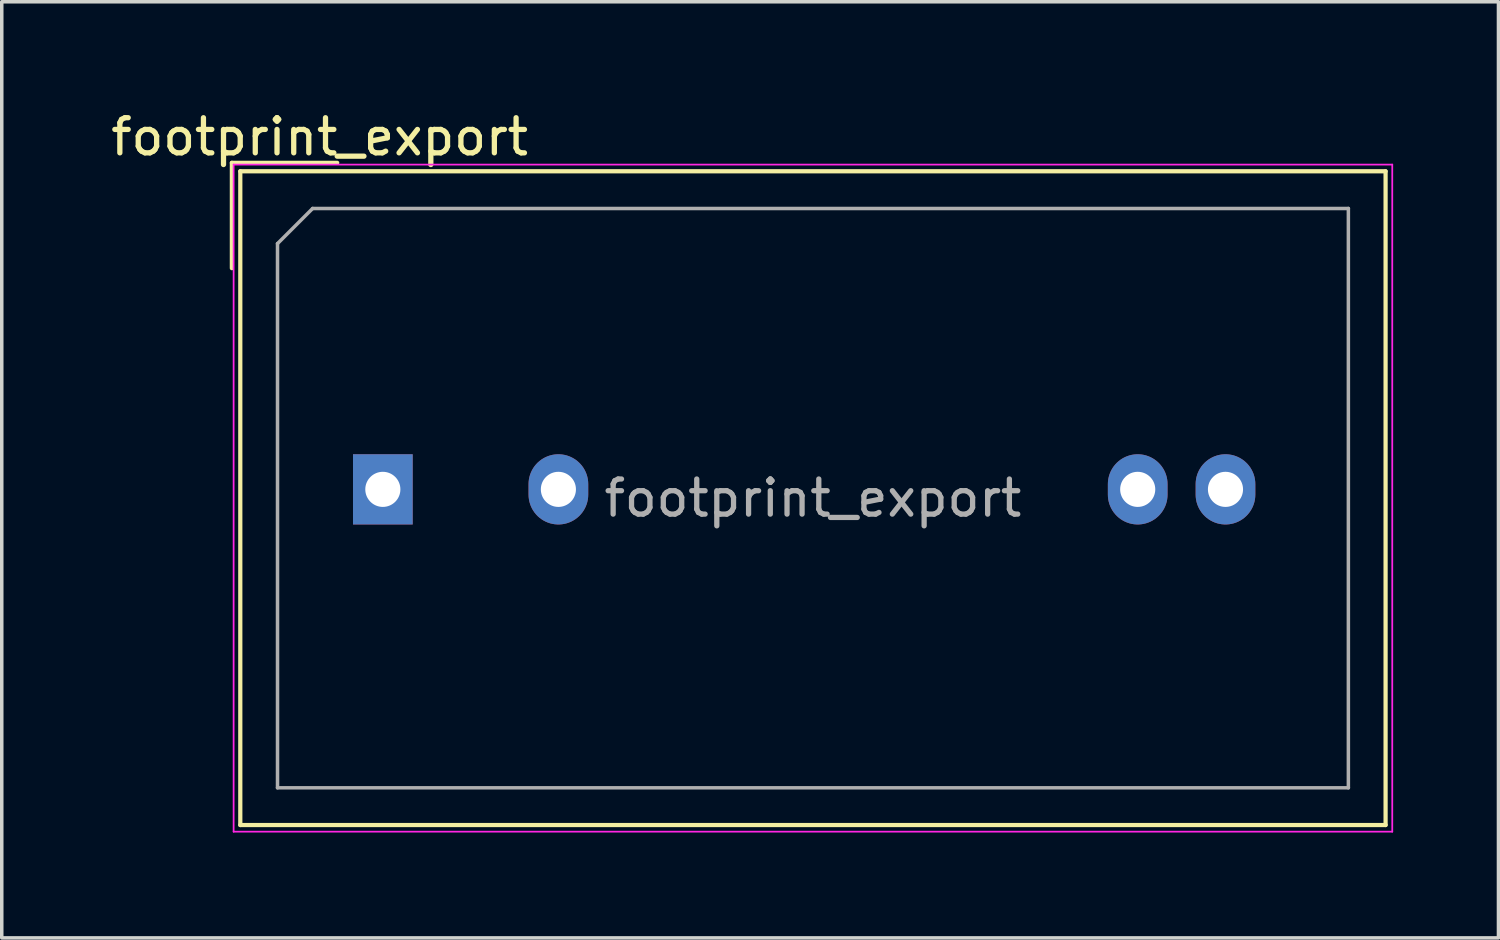
<source format=kicad_pcb>
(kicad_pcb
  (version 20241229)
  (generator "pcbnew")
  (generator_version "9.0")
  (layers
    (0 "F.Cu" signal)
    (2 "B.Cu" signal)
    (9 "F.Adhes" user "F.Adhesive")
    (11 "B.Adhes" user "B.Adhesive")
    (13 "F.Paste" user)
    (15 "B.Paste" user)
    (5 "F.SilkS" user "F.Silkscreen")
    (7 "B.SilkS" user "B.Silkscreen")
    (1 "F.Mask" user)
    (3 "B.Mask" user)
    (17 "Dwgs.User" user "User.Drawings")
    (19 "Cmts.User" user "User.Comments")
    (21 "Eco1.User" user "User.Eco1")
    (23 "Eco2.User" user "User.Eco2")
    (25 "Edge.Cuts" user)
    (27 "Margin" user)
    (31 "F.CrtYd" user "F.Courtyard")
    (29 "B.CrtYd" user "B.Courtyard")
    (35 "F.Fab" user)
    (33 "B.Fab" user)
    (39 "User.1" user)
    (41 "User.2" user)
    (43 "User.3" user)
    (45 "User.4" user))
  (footprint "footprint_export"
    (layer "F.Cu")
    (at 7.854 10.888)
    (property "Reference" "footprint_export" (at -1.8 -10.04 0) (layer "F.SilkS") (effects (font (size 1 1) (thickness 0.15))))
    (attr through_hole)
    (fp_line (start -4.3 -9.3) (end -1.3 -9.3) (stroke (width 0.12) (type solid)) (layer "F.SilkS"))
    (fp_line (start -4.3 -6.3) (end -4.3 -9.3) (stroke (width 0.12) (type solid)) (layer "F.SilkS"))
    (fp_line (start -4.06 -9.06) (end -4.06 9.56) (stroke (width 0.12) (type solid)) (layer "F.SilkS"))
    (fp_line (start -4.06 -9.06) (end 28.56 -9.06) (stroke (width 0.12) (type solid)) (layer "F.SilkS"))
    (fp_line (start -4.06 9.56) (end 28.56 9.56) (stroke (width 0.12) (type solid)) (layer "F.SilkS"))
    (fp_line (start 28.56 -9.06) (end 28.56 9.56) (stroke (width 0.12) (type solid)) (layer "F.SilkS"))
    (fp_line (start -4.25 -9.25) (end -4.25 9.75) (stroke (width 0.05) (type solid)) (layer "F.CrtYd"))
    (fp_line (start -4.25 -9.25) (end 28.75 -9.25) (stroke (width 0.05) (type solid)) (layer "F.CrtYd"))
    (fp_line (start -4.25 9.75) (end 28.75 9.75) (stroke (width 0.05) (type solid)) (layer "F.CrtYd"))
    (fp_line (start 28.75 -9.25) (end 28.75 9.75) (stroke (width 0.05) (type solid)) (layer "F.CrtYd"))
    (fp_line (start -3 -7) (end -2 -8) (stroke (width 0.1) (type solid)) (layer "F.Fab"))
    (fp_line (start -3 8.5) (end -3 -7) (stroke (width 0.1) (type solid)) (layer "F.Fab"))
    (fp_line (start -2 -8) (end 27.5 -8) (stroke (width 0.1) (type solid)) (layer "F.Fab"))
    (fp_line (start 27.5 -8) (end 27.5 8.5) (stroke (width 0.1) (type solid)) (layer "F.Fab"))
    (fp_line (start 27.5 8.5) (end -3 8.5) (stroke (width 0.1) (type solid)) (layer "F.Fab"))
    (fp_text user "${REFERENCE}" (at 12.25 0.25 0) (layer "F.Fab") (effects (font (size 1 1) (thickness 0.15))))
    (pad "1" thru_hole rect (at 0 0) (size 1.7 2) (drill 1) (layers "*.Cu" "*.Mask"))
    (pad "2" thru_hole oval (at 5 0) (size 1.7 2) (drill 1) (layers "*.Cu" "*.Mask"))
    (pad "3" thru_hole oval (at 21.5 0) (size 1.7 2) (drill 1) (layers "*.Cu" "*.Mask"))
    (pad "4" thru_hole oval (at 24 0) (size 1.7 2) (drill 1) (layers "*.Cu" "*.Mask")))
  (gr_rect
    (start -3 -3)
    (end 39.629 23.663)
    (stroke (width 0.1) (type default))
    (fill no)
    (layer "Edge.Cuts")))
</source>
